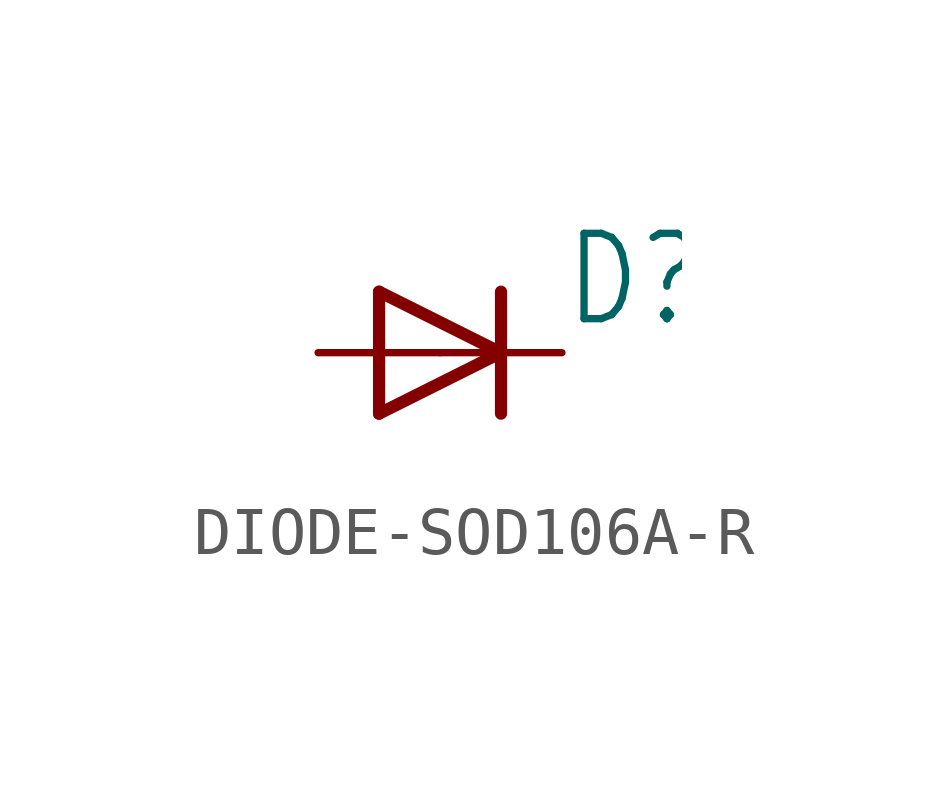
<source format=kicad_sym>
(kicad_symbol_lib
  (version 20220914)
  (generator kicad_symbol_editor)
  (symbol "DIODE-SOD106A-R"
    (property "Reference" "D"
      (at 2.54 0.483 0)
      (effects (font (size 1.778 1.511)) (justify left bottom)))
    (property "Value" ""
      (at 2.54 -2.311 0)
      (effects (font (size 1.778 1.511)) (justify left bottom)))
    (property "ki_locked" ""
      (at 0 0 0)
      (effects (font (size 1.27 1.27))))
    (symbol "DIODE-SOD106A-R_1_0"
      (polyline (pts (xy -1.27 -1.27) (xy 1.27 0)) (stroke (width 0.254) (type solid)) (fill (type none)))
      (polyline (pts (xy -1.27 1.27) (xy -1.27 -1.27)) (stroke (width 0.254) (type solid)) (fill (type none)))
      (polyline (pts (xy 1.27 0) (xy -1.27 1.27)) (stroke (width 0.254) (type solid)) (fill (type none)))
      (polyline (pts (xy 1.27 0) (xy 1.27 -1.27)) (stroke (width 0.254) (type solid)) (fill (type none)))
      (polyline (pts (xy 1.27 1.27) (xy 1.27 0)) (stroke (width 0.254) (type solid)) (fill (type none)))
      (pin passive line (at -2.54 0 0) (length 2.54) (name "A" (effects (font (size 0 0)))) (number "A" (effects (font (size 0 0)))))
      (pin passive line (at 2.54 0 180) (length 2.54) (name "C" (effects (font (size 0 0)))) (number "C" (effects (font (size 0 0))))))))
</source>
